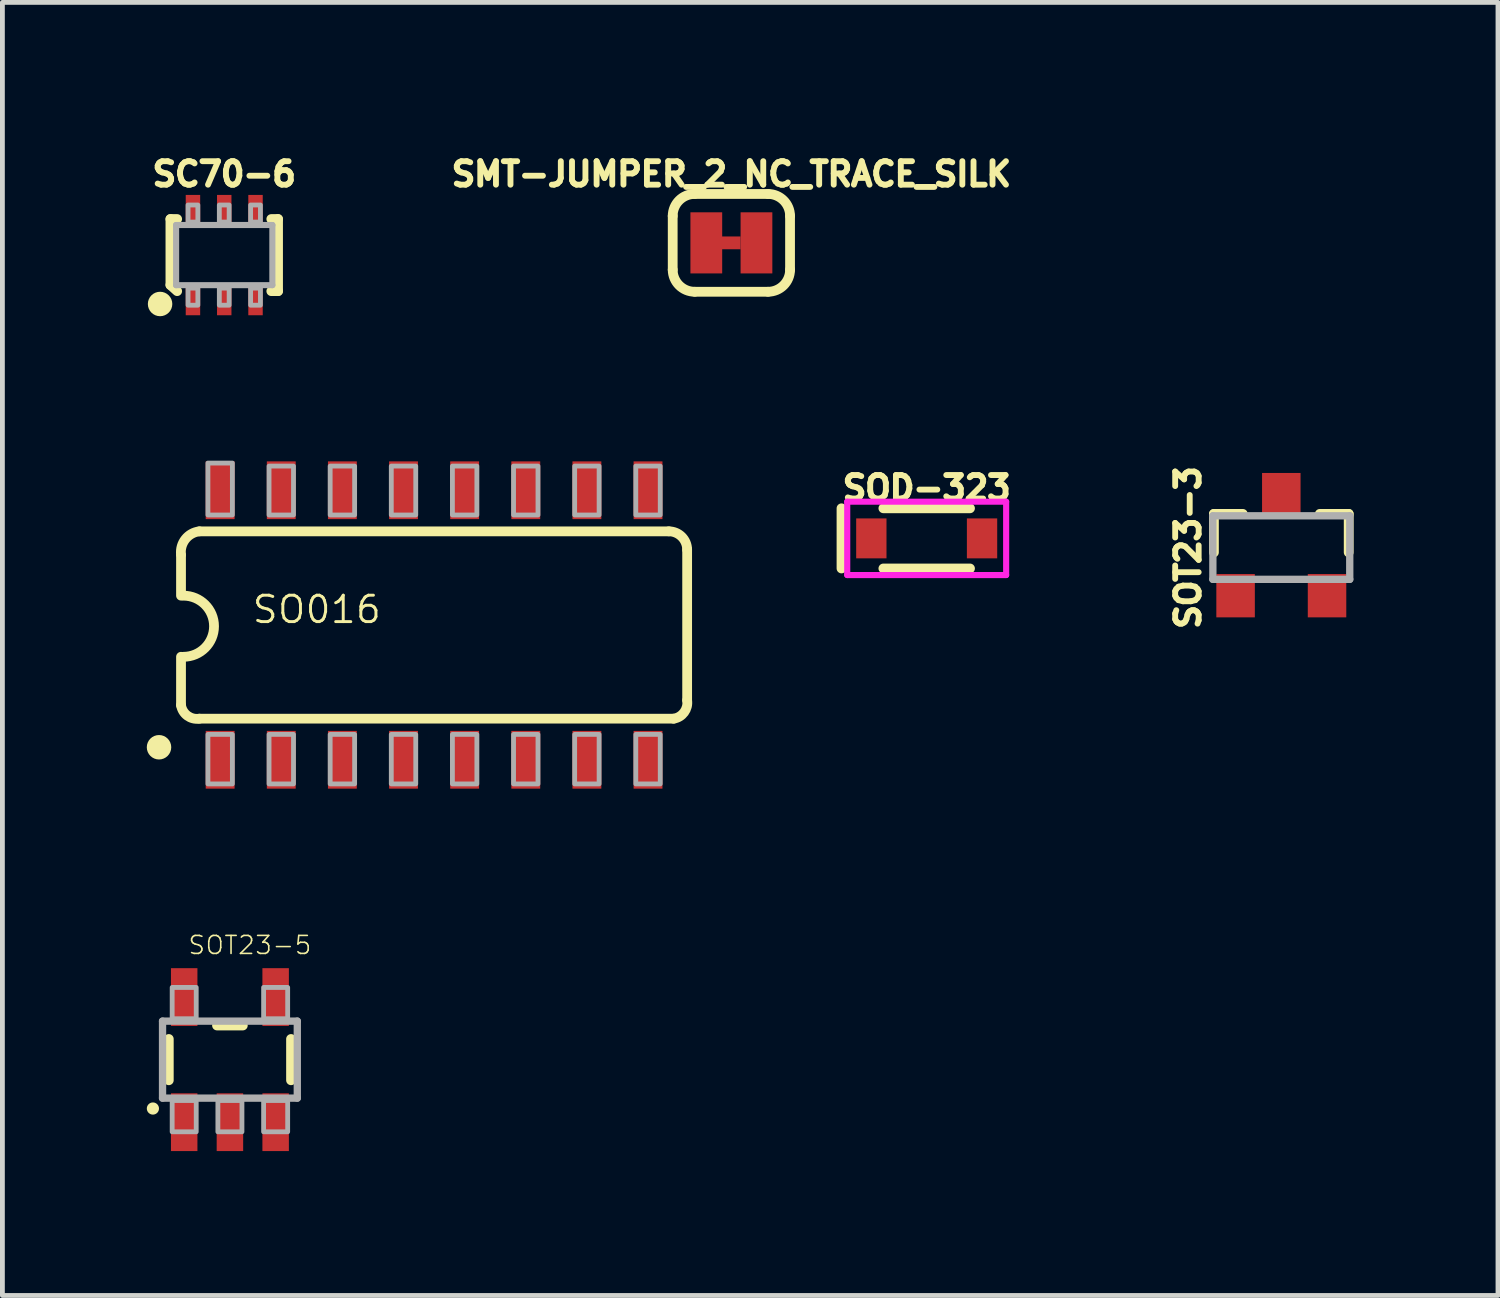
<source format=kicad_pcb>
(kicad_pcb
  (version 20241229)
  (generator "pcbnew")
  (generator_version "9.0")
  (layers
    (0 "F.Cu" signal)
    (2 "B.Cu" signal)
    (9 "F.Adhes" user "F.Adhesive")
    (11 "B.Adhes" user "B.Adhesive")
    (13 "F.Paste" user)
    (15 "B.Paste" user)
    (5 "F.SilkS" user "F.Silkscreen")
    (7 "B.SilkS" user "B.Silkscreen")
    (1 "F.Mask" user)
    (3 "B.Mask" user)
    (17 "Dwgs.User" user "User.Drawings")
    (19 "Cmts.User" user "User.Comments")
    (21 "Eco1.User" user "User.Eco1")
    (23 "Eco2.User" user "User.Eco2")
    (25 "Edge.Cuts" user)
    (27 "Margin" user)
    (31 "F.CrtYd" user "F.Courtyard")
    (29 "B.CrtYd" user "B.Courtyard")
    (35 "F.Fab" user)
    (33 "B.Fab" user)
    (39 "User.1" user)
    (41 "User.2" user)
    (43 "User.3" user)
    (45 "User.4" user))
  (footprint "SOD-323"
    (layer "F.Cu")
    (at 16.204 8.136)
    (property "Reference" "SOD-323" (at 0 -0.762 0) (layer "F.SilkS") (effects (font (size 0.488 0.488) (thickness 0.122)) (justify bottom)))
    (fp_line (start -1.77 -0.625) (end -1.77 0.625) (stroke (width 0.203) (type solid)) (layer "F.SilkS"))
    (fp_line (start -0.9 -0.625) (end 0.9 -0.625) (stroke (width 0.203) (type solid)) (layer "F.SilkS"))
    (fp_line (start -0.9 0.625) (end 0.9 0.625) (stroke (width 0.203) (type solid)) (layer "F.SilkS"))
    (fp_line (start -1.651 -0.762) (end 1.651 -0.762) (stroke (width 0.127) (type solid)) (layer "F.CrtYd"))
    (fp_line (start -1.651 0.762) (end -1.651 -0.762) (stroke (width 0.127) (type solid)) (layer "F.CrtYd"))
    (fp_line (start 1.651 -0.762) (end 1.651 0.762) (stroke (width 0.127) (type solid)) (layer "F.CrtYd"))
    (fp_line (start 1.651 0.762) (end -1.651 0.762) (stroke (width 0.127) (type solid)) (layer "F.CrtYd"))
    (pad "A" smd rect (at 1.15 0) (size 0.63 0.83) (layers "F.Cu" "F.Mask" "F.Paste"))
    (pad "C" smd rect (at -1.15 0) (size 0.63 0.83) (layers "F.Cu" "F.Mask" "F.Paste")))
  (footprint "SMT-JUMPER_2_NC_TRACE_SILK"
    (layer "F.Cu")
    (at 12.146 1.996)
    (property "Reference" "SMT-JUMPER_2_NC_TRACE_SILK" (at 0 -1.143 0) (layer "F.SilkS") (effects (font (size 0.488 0.488) (thickness 0.122)) (justify bottom)))
    (fp_poly (pts (xy 0.191 0.133) (xy -0.705 0.133) (xy -0.705 -0.133) (xy 0.191 -0.133)) (stroke (width 0) (type solid)) (fill yes) (layer "F.Cu"))
    (fp_poly (pts (xy 0.254 0.191) (xy -0.254 0.191) (xy -0.254 -0.191) (xy 0.254 -0.191)) (stroke (width 0) (type solid)) (fill yes) (layer "F.Mask"))
    (fp_line (start -1.219 0.559) (end -1.219 -0.559) (stroke (width 0.203) (type solid)) (layer "F.SilkS"))
    (fp_line (start -0.762 -1.016) (end 0.762 -1.016) (stroke (width 0.203) (type solid)) (layer "F.SilkS"))
    (fp_line (start 0.762 1.016) (end -0.762 1.016) (stroke (width 0.203) (type solid)) (layer "F.SilkS"))
    (fp_line (start 1.219 0.559) (end 1.219 -0.559) (stroke (width 0.203) (type solid)) (layer "F.SilkS"))
    (fp_arc (start -1.2192 -0.5588) (mid -1.085289 -0.882089) (end -0.762 -1.016) (stroke (width 0.2032) (type solid)) (layer "F.SilkS"))
    (fp_arc (start -0.762 1.016) (mid -1.085289 0.882089) (end -1.2192 0.5588) (stroke (width 0.2032) (type solid)) (layer "F.SilkS"))
    (fp_arc (start 0.762 -1.016) (mid 1.085289 -0.882089) (end 1.2192 -0.5588) (stroke (width 0.2032) (type solid)) (layer "F.SilkS"))
    (fp_arc (start 1.2192 0.5588) (mid 1.085289 0.882089) (end 0.762 1.016) (stroke (width 0.2032) (type solid)) (layer "F.SilkS"))
    (pad "1" smd rect (at -0.521 0) (size 0.66 1.27) (layers "F.Cu" "F.Mask"))
    (pad "2" smd rect (at 0.521 0) (size 0.66 1.27) (layers "F.Cu" "F.Mask")))
  (footprint "SC70-6"
    (layer "F.Cu")
    (at 1.609 2.25)
    (property "Reference" "SC70-6" (at 0 -1.397 0) (layer "F.SilkS") (effects (font (size 0.488 0.488) (thickness 0.122)) (justify bottom)))
    (fp_line (start -1.118 -0.749) (end -1.118 0.622) (stroke (width 0.203) (type solid)) (layer "F.SilkS"))
    (fp_line (start -1.118 0.622) (end -0.978 0.749) (stroke (width 0.203) (type solid)) (layer "F.SilkS"))
    (fp_line (start -0.978 -0.749) (end -1.118 -0.749) (stroke (width 0.203) (type solid)) (layer "F.SilkS"))
    (fp_line (start 0.978 0.749) (end 1.118 0.749) (stroke (width 0.203) (type solid)) (layer "F.SilkS"))
    (fp_line (start 1.118 -0.749) (end 0.978 -0.749) (stroke (width 0.203) (type solid)) (layer "F.SilkS"))
    (fp_line (start 1.118 0.749) (end 1.118 -0.749) (stroke (width 0.203) (type solid)) (layer "F.SilkS"))
    (fp_circle (center -1.333 1.016) (end -1.206 1.016) (stroke (width 0.254) (type solid)) (fill yes) (layer "F.SilkS"))
    (fp_line (start -1 -0.625) (end -1 0.625) (stroke (width 0.127) (type solid)) (layer "F.Fab"))
    (fp_line (start -1 0.625) (end 1 0.625) (stroke (width 0.127) (type solid)) (layer "F.Fab"))
    (fp_line (start 1 -0.625) (end -1 -0.625) (stroke (width 0.127) (type solid)) (layer "F.Fab"))
    (fp_line (start 1 0.625) (end 1 -0.625) (stroke (width 0.127) (type solid)) (layer "F.Fab"))
    (fp_poly (pts (xy -0.752 -0.686) (xy -0.548 -0.686) (xy -0.548 -1.041) (xy -0.752 -1.041)) (stroke (width 0.1) (type solid)) (fill no) (layer "F.Fab"))
    (fp_poly (pts (xy -0.752 1.041) (xy -0.548 1.041) (xy -0.548 0.686) (xy -0.752 0.686)) (stroke (width 0.1) (type solid)) (fill no) (layer "F.Fab"))
    (fp_poly (pts (xy -0.102 -0.686) (xy 0.102 -0.686) (xy 0.102 -1.041) (xy -0.102 -1.041)) (stroke (width 0.1) (type solid)) (fill no) (layer "F.Fab"))
    (fp_poly (pts (xy -0.102 1.041) (xy 0.102 1.041) (xy 0.102 0.686) (xy -0.102 0.686)) (stroke (width 0.1) (type solid)) (fill no) (layer "F.Fab"))
    (fp_poly (pts (xy 0.548 -0.686) (xy 0.752 -0.686) (xy 0.752 -1.041) (xy 0.548 -1.041)) (stroke (width 0.1) (type solid)) (fill no) (layer "F.Fab"))
    (fp_poly (pts (xy 0.548 1.041) (xy 0.752 1.041) (xy 0.752 0.686) (xy 0.548 0.686)) (stroke (width 0.1) (type solid)) (fill no) (layer "F.Fab"))
    (pad "1" smd rect (at -0.65 0.92 180) (size 0.3 0.66) (layers "F.Cu" "F.Mask" "F.Paste"))
    (pad "2" smd rect (at 0 0.92 180) (size 0.3 0.66) (layers "F.Cu" "F.Mask" "F.Paste"))
    (pad "3" smd rect (at 0.65 0.92 180) (size 0.3 0.66) (layers "F.Cu" "F.Mask" "F.Paste"))
    (pad "4" smd rect (at 0.65 -0.92) (size 0.3 0.66) (layers "F.Cu" "F.Mask" "F.Paste"))
    (pad "5" smd rect (at 0 -0.92) (size 0.3 0.66) (layers "F.Cu" "F.Mask" "F.Paste"))
    (pad "6" smd rect (at -0.65 -0.92) (size 0.3 0.66) (layers "F.Cu" "F.Mask" "F.Paste")))
  (footprint "SOT23-3"
    (layer "F.Cu")
    (at 23.572 8.327)
    (property "Reference" "SOT23-3" (at -1.651 0 90) (layer "F.SilkS") (effects (font (size 0.488 0.488) (thickness 0.122)) (justify bottom)))
    (fp_line (start -1.4 -0.7) (end -1.4 0.1) (stroke (width 0.203) (type solid)) (layer "F.SilkS"))
    (fp_line (start -0.8 -0.7) (end -1.4 -0.7) (stroke (width 0.203) (type solid)) (layer "F.SilkS"))
    (fp_line (start 0.8 -0.7) (end 1.4 -0.7) (stroke (width 0.203) (type solid)) (layer "F.SilkS"))
    (fp_line (start 1.4 -0.7) (end 1.4 0.1) (stroke (width 0.203) (type solid)) (layer "F.SilkS"))
    (fp_line (start -1.422 -0.66) (end 1.422 -0.66) (stroke (width 0.152) (type solid)) (layer "F.Fab"))
    (fp_line (start -1.422 0.66) (end -1.422 -0.66) (stroke (width 0.152) (type solid)) (layer "F.Fab"))
    (fp_line (start 1.422 -0.66) (end 1.422 0.66) (stroke (width 0.152) (type solid)) (layer "F.Fab"))
    (fp_line (start 1.422 0.66) (end -1.422 0.66) (stroke (width 0.152) (type solid)) (layer "F.Fab"))
    (pad "1" smd rect (at -0.95 1) (size 0.8 0.9) (layers "F.Cu" "F.Mask" "F.Paste"))
    (pad "2" smd rect (at 0.95 1) (size 0.8 0.9) (layers "F.Cu" "F.Mask" "F.Paste"))
    (pad "3" smd rect (at 0 -1.1) (size 0.8 0.9) (layers "F.Cu" "F.Mask" "F.Paste")))
  (footprint "SOT23-5"
    (layer "F.Cu")
    (at 1.727 18.966)
    (property "Reference" "SOT23-5" (at -0.889 -2.159 0) (layer "F.SilkS") (effects (font (size 0.374 0.374) (thickness 0.033)) (justify left bottom)))
    (fp_line (start -1.27 0.429) (end -1.27 -0.429) (stroke (width 0.203) (type solid)) (layer "F.SilkS"))
    (fp_line (start -0.268 -0.709) (end 0.268 -0.709) (stroke (width 0.203) (type solid)) (layer "F.SilkS"))
    (fp_line (start 1.27 -0.429) (end 1.27 0.429) (stroke (width 0.203) (type solid)) (layer "F.SilkS"))
    (fp_circle (center -1.6 1.016) (end -1.537 1.016) (stroke (width 0.127) (type solid)) (fill yes) (layer "F.SilkS"))
    (fp_line (start -1.4 -0.8) (end -1.4 0.8) (stroke (width 0.152) (type solid)) (layer "F.Fab"))
    (fp_line (start -1.4 -0.8) (end 1.4 -0.8) (stroke (width 0.152) (type solid)) (layer "F.Fab"))
    (fp_line (start 1.4 -0.8) (end 1.4 0.8) (stroke (width 0.152) (type solid)) (layer "F.Fab"))
    (fp_line (start 1.4 0.8) (end -1.4 0.8) (stroke (width 0.152) (type solid)) (layer "F.Fab"))
    (fp_poly (pts (xy -1.2 -0.85) (xy -0.7 -0.85) (xy -0.7 -1.5) (xy -1.2 -1.5)) (stroke (width 0.1) (type solid)) (fill no) (layer "F.Fab"))
    (fp_poly (pts (xy -1.2 1.5) (xy -0.7 1.5) (xy -0.7 0.85) (xy -1.2 0.85)) (stroke (width 0.1) (type solid)) (fill no) (layer "F.Fab"))
    (fp_poly (pts (xy -0.25 1.5) (xy 0.25 1.5) (xy 0.25 0.85) (xy -0.25 0.85)) (stroke (width 0.1) (type solid)) (fill no) (layer "F.Fab"))
    (fp_poly (pts (xy 0.7 -0.85) (xy 1.2 -0.85) (xy 1.2 -1.5) (xy 0.7 -1.5)) (stroke (width 0.1) (type solid)) (fill no) (layer "F.Fab"))
    (fp_poly (pts (xy 0.7 1.5) (xy 1.2 1.5) (xy 1.2 0.85) (xy 0.7 0.85)) (stroke (width 0.1) (type solid)) (fill no) (layer "F.Fab"))
    (pad "1" smd rect (at -0.95 1.3) (size 0.55 1.2) (layers "F.Cu" "F.Mask" "F.Paste"))
    (pad "2" smd rect (at 0 1.3) (size 0.55 1.2) (layers "F.Cu" "F.Mask" "F.Paste"))
    (pad "3" smd rect (at 0.95 1.3) (size 0.55 1.2) (layers "F.Cu" "F.Mask" "F.Paste"))
    (pad "4" smd rect (at 0.95 -1.3) (size 0.55 1.2) (layers "F.Cu" "F.Mask" "F.Paste"))
    (pad "5" smd rect (at -0.95 -1.3) (size 0.55 1.2) (layers "F.Cu" "F.Mask" "F.Paste")))
  (footprint "SO016"
    (layer "F.Cu")
    (at 5.969 9.936)
    (property "Reference" "SO016" (at -3.81 0 0) (layer "F.SilkS") (effects (font (size 0.549 0.549) (thickness 0.061)) (justify left bottom)))
    (fp_line (start -5.258 -1.453) (end -5.258 -0.61) (stroke (width 0.203) (type solid)) (layer "F.SilkS"))
    (fp_line (start -5.258 1.665) (end -5.258 0.66) (stroke (width 0.203) (type solid)) (layer "F.SilkS"))
    (fp_line (start -4.877 1.946) (end 4.977 1.946) (stroke (width 0.203) (type solid)) (layer "F.SilkS"))
    (fp_line (start 4.877 -1.946) (end -4.877 -1.946) (stroke (width 0.203) (type solid)) (layer "F.SilkS"))
    (fp_line (start 5.258 1.565) (end 5.258 -1.565) (stroke (width 0.203) (type solid)) (layer "F.SilkS"))
    (fp_arc (start -5.2578 -1.4653) (mid -5.166948 -1.784731) (end -4.8768 -1.9463) (stroke (width 0.2032) (type solid)) (layer "F.SilkS"))
    (fp_arc (start -5.207 -0.6096) (mid -4.572 0.0254) (end -5.207 0.6604) (stroke (width 0.2032) (type solid)) (layer "F.SilkS"))
    (fp_arc (start -4.876799 1.946301) (mid -5.12554 1.884767) (end -5.2578 1.6653) (stroke (width 0.2032) (type solid)) (layer "F.SilkS"))
    (fp_arc (start 4.8768 -1.9463) (mid 5.146237 -1.834736) (end 5.2578 -1.565298) (stroke (width 0.2032) (type solid)) (layer "F.SilkS"))
    (fp_arc (start 5.2578 1.5653) (mid 5.196208 1.813997) (end 4.9768 1.9463) (stroke (width 0.2032) (type solid)) (layer "F.SilkS"))
    (fp_circle (center -5.715 2.54) (end -5.588 2.54) (stroke (width 0.254) (type solid)) (fill no) (layer "F.SilkS"))
    (fp_poly (pts (xy -4.699 -2.286) (xy -4.191 -2.286) (xy -4.191 -3.365) (xy -4.699 -3.365)) (stroke (width 0.1) (type solid)) (fill no) (layer "F.Fab"))
    (fp_poly (pts (xy -4.699 3.302) (xy -4.191 3.302) (xy -4.191 2.273) (xy -4.699 2.273)) (stroke (width 0.1) (type solid)) (fill no) (layer "F.Fab"))
    (fp_poly (pts (xy -3.429 -2.286) (xy -2.921 -2.286) (xy -2.921 -3.302) (xy -3.429 -3.302)) (stroke (width 0.1) (type solid)) (fill no) (layer "F.Fab"))
    (fp_poly (pts (xy -3.429 3.302) (xy -2.921 3.302) (xy -2.921 2.273) (xy -3.429 2.273)) (stroke (width 0.1) (type solid)) (fill no) (layer "F.Fab"))
    (fp_poly (pts (xy -2.159 -2.286) (xy -1.651 -2.286) (xy -1.651 -3.302) (xy -2.159 -3.302)) (stroke (width 0.1) (type solid)) (fill no) (layer "F.Fab"))
    (fp_poly (pts (xy -2.159 3.302) (xy -1.651 3.302) (xy -1.651 2.273) (xy -2.159 2.273)) (stroke (width 0.1) (type solid)) (fill no) (layer "F.Fab"))
    (fp_poly (pts (xy -0.889 -2.286) (xy -0.381 -2.286) (xy -0.381 -3.302) (xy -0.889 -3.302)) (stroke (width 0.1) (type solid)) (fill no) (layer "F.Fab"))
    (fp_poly (pts (xy -0.889 3.302) (xy -0.381 3.302) (xy -0.381 2.273) (xy -0.889 2.273)) (stroke (width 0.1) (type solid)) (fill no) (layer "F.Fab"))
    (fp_poly (pts (xy 0.381 -2.286) (xy 0.889 -2.286) (xy 0.889 -3.302) (xy 0.381 -3.302)) (stroke (width 0.1) (type solid)) (fill no) (layer "F.Fab"))
    (fp_poly (pts (xy 0.381 3.302) (xy 0.889 3.302) (xy 0.889 2.273) (xy 0.381 2.273)) (stroke (width 0.1) (type solid)) (fill no) (layer "F.Fab"))
    (fp_poly (pts (xy 1.651 -2.286) (xy 2.159 -2.286) (xy 2.159 -3.302) (xy 1.651 -3.302)) (stroke (width 0.1) (type solid)) (fill no) (layer "F.Fab"))
    (fp_poly (pts (xy 1.651 3.302) (xy 2.159 3.302) (xy 2.159 2.273) (xy 1.651 2.273)) (stroke (width 0.1) (type solid)) (fill no) (layer "F.Fab"))
    (fp_poly (pts (xy 2.921 -2.286) (xy 3.429 -2.286) (xy 3.429 -3.302) (xy 2.921 -3.302)) (stroke (width 0.1) (type solid)) (fill no) (layer "F.Fab"))
    (fp_poly (pts (xy 2.921 3.302) (xy 3.429 3.302) (xy 3.429 2.273) (xy 2.921 2.273)) (stroke (width 0.1) (type solid)) (fill no) (layer "F.Fab"))
    (fp_poly (pts (xy 4.191 -2.286) (xy 4.699 -2.286) (xy 4.699 -3.302) (xy 4.191 -3.302)) (stroke (width 0.1) (type solid)) (fill no) (layer "F.Fab"))
    (fp_poly (pts (xy 4.191 3.302) (xy 4.699 3.302) (xy 4.699 2.273) (xy 4.191 2.273)) (stroke (width 0.1) (type solid)) (fill no) (layer "F.Fab"))
    (pad "1" smd rect (at -4.445 2.8) (size 0.6 1.2) (layers "F.Cu" "F.Mask" "F.Paste"))
    (pad "2" smd rect (at -3.175 2.8) (size 0.6 1.2) (layers "F.Cu" "F.Mask" "F.Paste"))
    (pad "3" smd rect (at -1.905 2.8) (size 0.6 1.2) (layers "F.Cu" "F.Mask" "F.Paste"))
    (pad "4" smd rect (at -0.635 2.8) (size 0.6 1.2) (layers "F.Cu" "F.Mask" "F.Paste"))
    (pad "5" smd rect (at 0.635 2.8) (size 0.6 1.2) (layers "F.Cu" "F.Mask" "F.Paste"))
    (pad "6" smd rect (at 1.905 2.8) (size 0.6 1.2) (layers "F.Cu" "F.Mask" "F.Paste"))
    (pad "7" smd rect (at 3.175 2.8) (size 0.6 1.2) (layers "F.Cu" "F.Mask" "F.Paste"))
    (pad "8" smd rect (at 4.445 2.8) (size 0.6 1.2) (layers "F.Cu" "F.Mask" "F.Paste"))
    (pad "9" smd rect (at 4.445 -2.8) (size 0.6 1.2) (layers "F.Cu" "F.Mask" "F.Paste"))
    (pad "10" smd rect (at 3.175 -2.8) (size 0.6 1.2) (layers "F.Cu" "F.Mask" "F.Paste"))
    (pad "11" smd rect (at 1.905 -2.8) (size 0.6 1.2) (layers "F.Cu" "F.Mask" "F.Paste"))
    (pad "12" smd rect (at 0.635 -2.8) (size 0.6 1.2) (layers "F.Cu" "F.Mask" "F.Paste"))
    (pad "13" smd rect (at -0.635 -2.8) (size 0.6 1.2) (layers "F.Cu" "F.Mask" "F.Paste"))
    (pad "14" smd rect (at -1.905 -2.8) (size 0.6 1.2) (layers "F.Cu" "F.Mask" "F.Paste"))
    (pad "15" smd rect (at -3.175 -2.8) (size 0.6 1.2) (layers "F.Cu" "F.Mask" "F.Paste"))
    (pad "16" smd rect (at -4.445 -2.8) (size 0.6 1.2) (layers "F.Cu" "F.Mask" "F.Paste")))
  (gr_rect
    (start -3 -3)
    (end 28.074 23.866)
    (stroke (width 0.1) (type default))
    (fill no)
    (layer "Edge.Cuts")))
</source>
